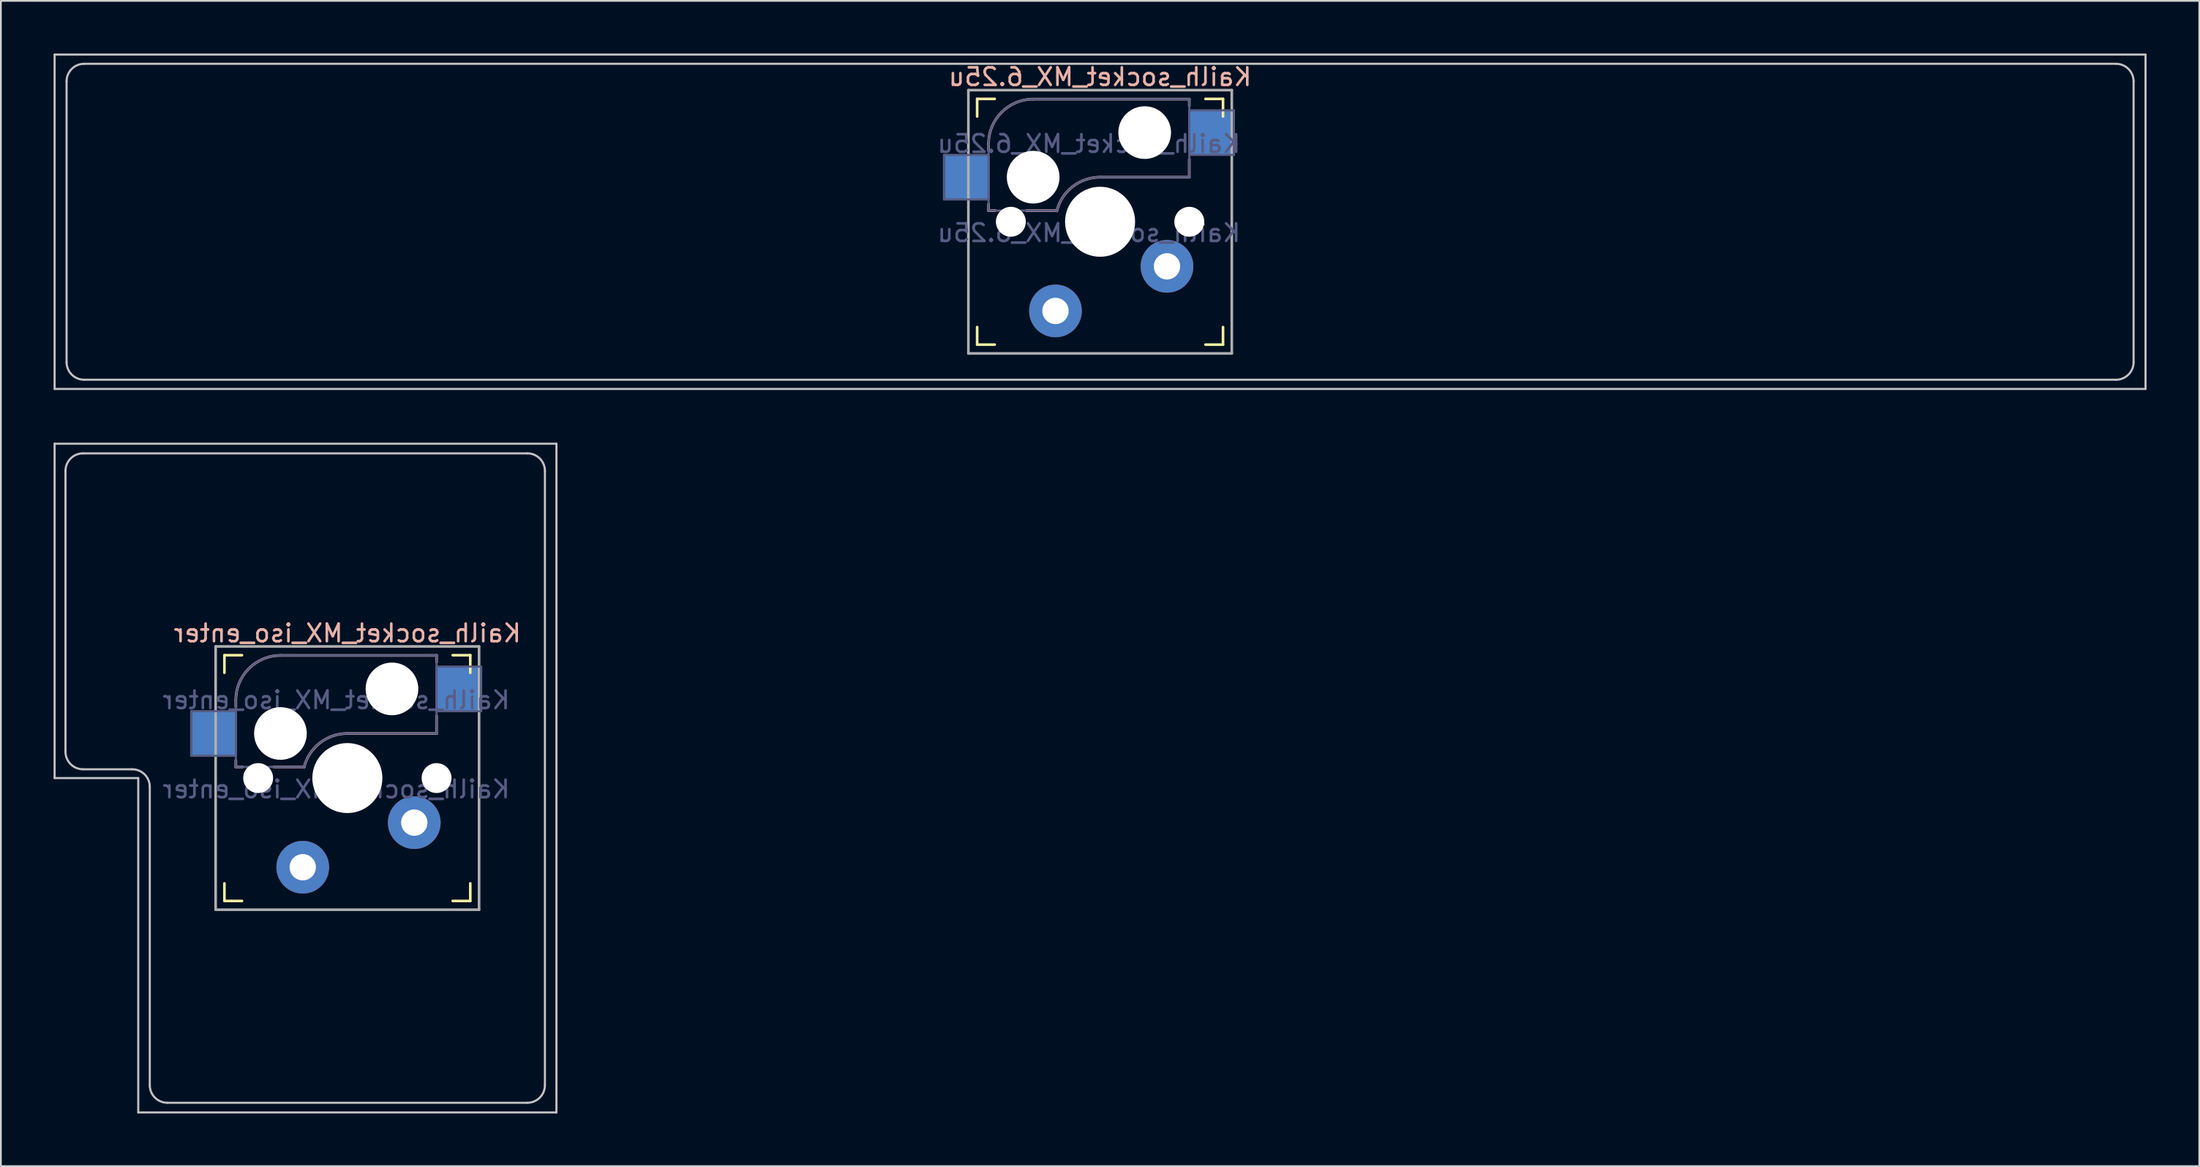
<source format=kicad_pcb>
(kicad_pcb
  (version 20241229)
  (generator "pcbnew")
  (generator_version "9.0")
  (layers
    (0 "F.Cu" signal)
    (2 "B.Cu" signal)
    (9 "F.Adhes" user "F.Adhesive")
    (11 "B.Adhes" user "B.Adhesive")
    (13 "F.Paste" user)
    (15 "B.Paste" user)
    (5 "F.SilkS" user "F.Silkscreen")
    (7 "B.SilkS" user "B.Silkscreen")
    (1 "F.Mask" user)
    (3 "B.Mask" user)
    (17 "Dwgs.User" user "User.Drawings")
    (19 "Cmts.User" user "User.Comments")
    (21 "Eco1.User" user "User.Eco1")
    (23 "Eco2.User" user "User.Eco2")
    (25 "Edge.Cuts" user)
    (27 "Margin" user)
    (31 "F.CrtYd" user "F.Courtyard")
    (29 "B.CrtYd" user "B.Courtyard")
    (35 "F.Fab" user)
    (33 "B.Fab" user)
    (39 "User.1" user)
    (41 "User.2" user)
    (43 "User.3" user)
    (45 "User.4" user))
  (footprint "Kailh_socket_MX_iso_enter"
    (layer "F.Cu")
    (at 16.729 41.28)
    (property "Reference" "Kailh_socket_MX_iso_enter" (at 0 -8.255 0) (layer "B.SilkS") (effects (font (size 1 1) (thickness 0.15)) (justify mirror)))
    (property "Value" "Kailh_socket_MX_iso_enter" (at 0 8.255 0) (layer "F.Fab") (hide yes) (effects (font (size 1 1) (thickness 0.15))))
    (attr smd)
    (fp_line (start -7 -6) (end -7 -7) (stroke (width 0.15) (type solid)) (layer "F.SilkS"))
    (fp_line (start -7 7) (end -7 6) (stroke (width 0.15) (type solid)) (layer "F.SilkS"))
    (fp_line (start -7 7) (end -6 7) (stroke (width 0.15) (type solid)) (layer "F.SilkS"))
    (fp_line (start -6 -7) (end -7 -7) (stroke (width 0.15) (type solid)) (layer "F.SilkS"))
    (fp_line (start 6 7) (end 7 7) (stroke (width 0.15) (type solid)) (layer "F.SilkS"))
    (fp_line (start 7 -7) (end 6 -7) (stroke (width 0.15) (type solid)) (layer "F.SilkS"))
    (fp_line (start 7 -7) (end 7 -6) (stroke (width 0.15) (type solid)) (layer "F.SilkS"))
    (fp_line (start 7 6) (end 7 7) (stroke (width 0.15) (type solid)) (layer "F.SilkS"))
    (fp_line (start -6.35 -4.445) (end -6.35 -4.064) (stroke (width 0.15) (type solid)) (layer "B.SilkS"))
    (fp_line (start -6.35 -1.016) (end -6.35 -0.635) (stroke (width 0.15) (type solid)) (layer "B.SilkS"))
    (fp_line (start -5.969 -0.635) (end -6.35 -0.635) (stroke (width 0.15) (type solid)) (layer "B.SilkS"))
    (fp_line (start -3.81 -6.985) (end 5.08 -6.985) (stroke (width 0.15) (type solid)) (layer "B.SilkS"))
    (fp_line (start -2.464 -0.635) (end -4.191 -0.635) (stroke (width 0.15) (type solid)) (layer "B.SilkS"))
    (fp_line (start 5.08 -6.985) (end 5.08 -6.604) (stroke (width 0.15) (type solid)) (layer "B.SilkS"))
    (fp_line (start 5.08 -3.556) (end 5.08 -2.54) (stroke (width 0.15) (type solid)) (layer "B.SilkS"))
    (fp_line (start 5.08 -2.54) (end 0 -2.54) (stroke (width 0.15) (type solid)) (layer "B.SilkS"))
    (fp_arc (start -6.35 -4.445) (mid -5.606051 -6.241051) (end -3.81 -6.985) (stroke (width 0.15) (type solid)) (layer "B.SilkS"))
    (fp_arc (start -2.464162 -0.61604) (mid -1.563147 -2.002042) (end 0 -2.54) (stroke (width 0.15) (type solid)) (layer "B.SilkS"))
    (fp_line (start -16.669 -19.05) (end 11.906 -19.05) (stroke (width 0.12) (type solid)) (layer "Dwgs.User"))
    (fp_line (start -16.669 0) (end -16.669 -19.05) (stroke (width 0.12) (type solid)) (layer "Dwgs.User"))
    (fp_line (start -16.669 0) (end -11.906 0) (stroke (width 0.12) (type solid)) (layer "Dwgs.User"))
    (fp_line (start -16.05 -1.5) (end -16.05 -17.5) (stroke (width 0.12) (type solid)) (layer "Dwgs.User"))
    (fp_line (start -15.05 -18.5) (end 10.25 -18.5) (stroke (width 0.12) (type solid)) (layer "Dwgs.User"))
    (fp_line (start -15.05 -0.5) (end -12.25 -0.5) (stroke (width 0.12) (type solid)) (layer "Dwgs.User"))
    (fp_line (start -11.906 19.05) (end -11.906 0) (stroke (width 0.12) (type solid)) (layer "Dwgs.User"))
    (fp_line (start -11.25 17.5) (end -11.25 0.5) (stroke (width 0.12) (type solid)) (layer "Dwgs.User"))
    (fp_line (start -10.25 18.5) (end 10.25 18.5) (stroke (width 0.12) (type solid)) (layer "Dwgs.User"))
    (fp_line (start 11.25 17.5) (end 11.25 -17.5) (stroke (width 0.12) (type solid)) (layer "Dwgs.User"))
    (fp_line (start 11.906 -19.05) (end 11.906 19.05) (stroke (width 0.12) (type solid)) (layer "Dwgs.User"))
    (fp_line (start 11.906 19.05) (end -11.906 19.05) (stroke (width 0.12) (type solid)) (layer "Dwgs.User"))
    (fp_arc (start -16.05 -17.5) (mid -15.757107 -18.207107) (end -15.05 -18.5) (stroke (width 0.12) (type solid)) (layer "Dwgs.User"))
    (fp_arc (start -15.05 -0.5) (mid -15.757107 -0.792893) (end -16.05 -1.5) (stroke (width 0.12) (type solid)) (layer "Dwgs.User"))
    (fp_arc (start -12.25 -0.5) (mid -11.542893 -0.207107) (end -11.25 0.5) (stroke (width 0.12) (type solid)) (layer "Dwgs.User"))
    (fp_arc (start -10.25 18.5) (mid -10.957107 18.207107) (end -11.25 17.5) (stroke (width 0.12) (type solid)) (layer "Dwgs.User"))
    (fp_arc (start 10.25 -18.5) (mid 10.957107 -18.207107) (end 11.25 -17.5) (stroke (width 0.12) (type solid)) (layer "Dwgs.User"))
    (fp_arc (start 11.25 17.5) (mid 10.957107 18.207107) (end 10.25 18.5) (stroke (width 0.12) (type solid)) (layer "Dwgs.User"))
    (fp_line (start -6.9 6.9) (end -6.9 -6.9) (stroke (width 0.15) (type solid)) (layer "Eco2.User"))
    (fp_line (start -6.9 6.9) (end 6.9 6.9) (stroke (width 0.15) (type solid)) (layer "Eco2.User"))
    (fp_line (start 6.9 -6.9) (end -6.9 -6.9) (stroke (width 0.15) (type solid)) (layer "Eco2.User"))
    (fp_line (start 6.9 -6.9) (end 6.9 6.9) (stroke (width 0.15) (type solid)) (layer "Eco2.User"))
    (fp_line (start -8.89 -3.81) (end -6.35 -3.81) (stroke (width 0.12) (type solid)) (layer "B.Fab"))
    (fp_line (start -8.89 -1.27) (end -8.89 -3.81) (stroke (width 0.12) (type solid)) (layer "B.Fab"))
    (fp_line (start -6.35 -1.27) (end -8.89 -1.27) (stroke (width 0.12) (type solid)) (layer "B.Fab"))
    (fp_line (start -6.35 -0.635) (end -6.35 -4.445) (stroke (width 0.12) (type solid)) (layer "B.Fab"))
    (fp_line (start -6.35 -0.635) (end -2.54 -0.635) (stroke (width 0.12) (type solid)) (layer "B.Fab"))
    (fp_line (start -3.81 -6.985) (end 5.08 -6.985) (stroke (width 0.12) (type solid)) (layer "B.Fab"))
    (fp_line (start 5.08 -6.985) (end 5.08 -2.54) (stroke (width 0.12) (type solid)) (layer "B.Fab"))
    (fp_line (start 5.08 -6.35) (end 7.62 -6.35) (stroke (width 0.12) (type solid)) (layer "B.Fab"))
    (fp_line (start 5.08 -2.54) (end 0 -2.54) (stroke (width 0.12) (type solid)) (layer "B.Fab"))
    (fp_line (start 7.62 -6.35) (end 7.62 -3.81) (stroke (width 0.12) (type solid)) (layer "B.Fab"))
    (fp_line (start 7.62 -3.81) (end 5.08 -3.81) (stroke (width 0.12) (type solid)) (layer "B.Fab"))
    (fp_arc (start -6.35 -4.445) (mid -5.606051 -6.241051) (end -3.81 -6.985) (stroke (width 0.12) (type solid)) (layer "B.Fab"))
    (fp_arc (start -2.464162 -0.61604) (mid -1.563147 -2.002042) (end 0 -2.54) (stroke (width 0.12) (type solid)) (layer "B.Fab"))
    (fp_line (start -7.5 -7.5) (end 7.5 -7.5) (stroke (width 0.15) (type solid)) (layer "F.Fab"))
    (fp_line (start -7.5 7.5) (end -7.5 -7.5) (stroke (width 0.15) (type solid)) (layer "F.Fab"))
    (fp_line (start 7.5 -7.5) (end 7.5 7.5) (stroke (width 0.15) (type solid)) (layer "F.Fab"))
    (fp_line (start 7.5 7.5) (end -7.5 7.5) (stroke (width 0.15) (type solid)) (layer "F.Fab"))
    (fp_text user "${VALUE}" (at -0.635 0.635 0) (layer "B.Fab") (effects (font (size 1 1) (thickness 0.15)) (justify mirror)))
    (fp_text user "${REFERENCE}" (at -0.635 -4.445 0) (layer "B.Fab") (effects (font (size 1 1) (thickness 0.15)) (justify mirror)))
    (pad "" np_thru_hole circle (at -5.08 0) (size 1.702 1.702) (drill 1.702) (layers "*.Cu" "*.Mask"))
    (pad "" np_thru_hole circle (at -3.81 -2.54) (size 3 3) (drill 3) (layers "*.Cu" "*.Mask"))
    (pad "" np_thru_hole circle (at 0 0) (size 3.988 3.988) (drill 3.988) (layers "*.Cu" "*.Mask"))
    (pad "" np_thru_hole circle (at 2.54 -5.08) (size 3 3) (drill 3) (layers "*.Cu" "*.Mask"))
    (pad "" np_thru_hole circle (at 5.08 0) (size 1.702 1.702) (drill 1.702) (layers "*.Cu" "*.Mask"))
    (pad "1" thru_hole circle (at 3.81 2.54) (size 3 3) (drill 1.499) (layers "*.Cu" "*.Mask"))
    (pad "1" smd rect (at 6.29 -5.08) (size 2.55 2.5) (layers "B.Cu" "B.Mask" "B.Paste"))
    (pad "2" smd rect (at -7.56 -2.54) (size 2.55 2.5) (layers "B.Cu" "B.Mask" "B.Paste"))
    (pad "2" thru_hole circle (at -2.54 5.08) (size 3 3) (drill 1.499) (layers "*.Cu" "*.Mask")))
  (footprint "Kailh_socket_MX_6.25u"
    (layer "F.Cu")
    (at 59.591 9.585)
    (property "Reference" "Kailh_socket_MX_6.25u" (at 0 -8.255 0) (layer "B.SilkS") (effects (font (size 1 1) (thickness 0.15)) (justify mirror)))
    (property "Value" "Kailh_socket_MX_6.25u" (at 0 8.255 0) (layer "F.Fab") (hide yes) (effects (font (size 1 1) (thickness 0.15))))
    (attr smd)
    (fp_line (start -7 -6) (end -7 -7) (stroke (width 0.15) (type solid)) (layer "F.SilkS"))
    (fp_line (start -7 7) (end -7 6) (stroke (width 0.15) (type solid)) (layer "F.SilkS"))
    (fp_line (start -7 7) (end -6 7) (stroke (width 0.15) (type solid)) (layer "F.SilkS"))
    (fp_line (start -6 -7) (end -7 -7) (stroke (width 0.15) (type solid)) (layer "F.SilkS"))
    (fp_line (start 6 7) (end 7 7) (stroke (width 0.15) (type solid)) (layer "F.SilkS"))
    (fp_line (start 7 -7) (end 6 -7) (stroke (width 0.15) (type solid)) (layer "F.SilkS"))
    (fp_line (start 7 -7) (end 7 -6) (stroke (width 0.15) (type solid)) (layer "F.SilkS"))
    (fp_line (start 7 6) (end 7 7) (stroke (width 0.15) (type solid)) (layer "F.SilkS"))
    (fp_line (start -6.35 -4.445) (end -6.35 -4.064) (stroke (width 0.15) (type solid)) (layer "B.SilkS"))
    (fp_line (start -6.35 -1.016) (end -6.35 -0.635) (stroke (width 0.15) (type solid)) (layer "B.SilkS"))
    (fp_line (start -5.969 -0.635) (end -6.35 -0.635) (stroke (width 0.15) (type solid)) (layer "B.SilkS"))
    (fp_line (start -3.81 -6.985) (end 5.08 -6.985) (stroke (width 0.15) (type solid)) (layer "B.SilkS"))
    (fp_line (start -2.464 -0.635) (end -4.191 -0.635) (stroke (width 0.15) (type solid)) (layer "B.SilkS"))
    (fp_line (start 5.08 -6.985) (end 5.08 -6.604) (stroke (width 0.15) (type solid)) (layer "B.SilkS"))
    (fp_line (start 5.08 -3.556) (end 5.08 -2.54) (stroke (width 0.15) (type solid)) (layer "B.SilkS"))
    (fp_line (start 5.08 -2.54) (end 0 -2.54) (stroke (width 0.15) (type solid)) (layer "B.SilkS"))
    (fp_arc (start -6.35 -4.445) (mid -5.606051 -6.241051) (end -3.81 -6.985) (stroke (width 0.15) (type solid)) (layer "B.SilkS"))
    (fp_arc (start -2.464162 -0.61604) (mid -1.563147 -2.002042) (end 0 -2.54) (stroke (width 0.15) (type solid)) (layer "B.SilkS"))
    (fp_line (start -59.531 -9.525) (end 59.531 -9.525) (stroke (width 0.12) (type solid)) (layer "Dwgs.User"))
    (fp_line (start -59.531 9.525) (end -59.531 -9.525) (stroke (width 0.12) (type solid)) (layer "Dwgs.User"))
    (fp_line (start -58.85 8) (end -58.85 -8) (stroke (width 0.12) (type solid)) (layer "Dwgs.User"))
    (fp_line (start -57.85 -9) (end 57.85 -9) (stroke (width 0.12) (type solid)) (layer "Dwgs.User"))
    (fp_line (start -57.85 9) (end 57.85 9) (stroke (width 0.12) (type solid)) (layer "Dwgs.User"))
    (fp_line (start 58.85 8) (end 58.85 -8) (stroke (width 0.12) (type solid)) (layer "Dwgs.User"))
    (fp_line (start 59.531 -9.525) (end 59.531 9.525) (stroke (width 0.12) (type solid)) (layer "Dwgs.User"))
    (fp_line (start 59.531 9.525) (end -59.531 9.525) (stroke (width 0.12) (type solid)) (layer "Dwgs.User"))
    (fp_arc (start -58.85 -8) (mid -58.557107 -8.707107) (end -57.85 -9) (stroke (width 0.12) (type solid)) (layer "Dwgs.User"))
    (fp_arc (start -57.85 9) (mid -58.557107 8.707107) (end -58.85 8) (stroke (width 0.12) (type solid)) (layer "Dwgs.User"))
    (fp_arc (start 57.85 -9) (mid 58.557107 -8.707107) (end 58.85 -8) (stroke (width 0.12) (type solid)) (layer "Dwgs.User"))
    (fp_arc (start 58.85 8) (mid 58.557107 8.707107) (end 57.85 9) (stroke (width 0.12) (type solid)) (layer "Dwgs.User"))
    (fp_line (start -6.9 6.9) (end -6.9 -6.9) (stroke (width 0.15) (type solid)) (layer "Eco2.User"))
    (fp_line (start -6.9 6.9) (end 6.9 6.9) (stroke (width 0.15) (type solid)) (layer "Eco2.User"))
    (fp_line (start 6.9 -6.9) (end -6.9 -6.9) (stroke (width 0.15) (type solid)) (layer "Eco2.User"))
    (fp_line (start 6.9 -6.9) (end 6.9 6.9) (stroke (width 0.15) (type solid)) (layer "Eco2.User"))
    (fp_line (start -8.89 -3.81) (end -6.35 -3.81) (stroke (width 0.12) (type solid)) (layer "B.Fab"))
    (fp_line (start -8.89 -1.27) (end -8.89 -3.81) (stroke (width 0.12) (type solid)) (layer "B.Fab"))
    (fp_line (start -6.35 -1.27) (end -8.89 -1.27) (stroke (width 0.12) (type solid)) (layer "B.Fab"))
    (fp_line (start -6.35 -0.635) (end -6.35 -4.445) (stroke (width 0.12) (type solid)) (layer "B.Fab"))
    (fp_line (start -6.35 -0.635) (end -2.54 -0.635) (stroke (width 0.12) (type solid)) (layer "B.Fab"))
    (fp_line (start -3.81 -6.985) (end 5.08 -6.985) (stroke (width 0.12) (type solid)) (layer "B.Fab"))
    (fp_line (start 5.08 -6.985) (end 5.08 -2.54) (stroke (width 0.12) (type solid)) (layer "B.Fab"))
    (fp_line (start 5.08 -6.35) (end 7.62 -6.35) (stroke (width 0.12) (type solid)) (layer "B.Fab"))
    (fp_line (start 5.08 -2.54) (end 0 -2.54) (stroke (width 0.12) (type solid)) (layer "B.Fab"))
    (fp_line (start 7.62 -6.35) (end 7.62 -3.81) (stroke (width 0.12) (type solid)) (layer "B.Fab"))
    (fp_line (start 7.62 -3.81) (end 5.08 -3.81) (stroke (width 0.12) (type solid)) (layer "B.Fab"))
    (fp_arc (start -6.35 -4.445) (mid -5.606051 -6.241051) (end -3.81 -6.985) (stroke (width 0.12) (type solid)) (layer "B.Fab"))
    (fp_arc (start -2.464162 -0.61604) (mid -1.563147 -2.002042) (end 0 -2.54) (stroke (width 0.12) (type solid)) (layer "B.Fab"))
    (fp_line (start -7.5 -7.5) (end 7.5 -7.5) (stroke (width 0.15) (type solid)) (layer "F.Fab"))
    (fp_line (start -7.5 7.5) (end -7.5 -7.5) (stroke (width 0.15) (type solid)) (layer "F.Fab"))
    (fp_line (start 7.5 -7.5) (end 7.5 7.5) (stroke (width 0.15) (type solid)) (layer "F.Fab"))
    (fp_line (start 7.5 7.5) (end -7.5 7.5) (stroke (width 0.15) (type solid)) (layer "F.Fab"))
    (fp_text user "${REFERENCE}" (at -0.635 -4.445 0) (layer "B.Fab") (effects (font (size 1 1) (thickness 0.15)) (justify mirror)))
    (fp_text user "${VALUE}" (at -0.635 0.635 0) (layer "B.Fab") (effects (font (size 1 1) (thickness 0.15)) (justify mirror)))
    (pad "" np_thru_hole circle (at -5.08 0) (size 1.702 1.702) (drill 1.702) (layers "*.Cu" "*.Mask"))
    (pad "" np_thru_hole circle (at -3.81 -2.54) (size 3 3) (drill 3) (layers "*.Cu" "*.Mask"))
    (pad "" np_thru_hole circle (at 0 0) (size 3.988 3.988) (drill 3.988) (layers "*.Cu" "*.Mask"))
    (pad "" np_thru_hole circle (at 2.54 -5.08) (size 3 3) (drill 3) (layers "*.Cu" "*.Mask"))
    (pad "" np_thru_hole circle (at 5.08 0) (size 1.702 1.702) (drill 1.702) (layers "*.Cu" "*.Mask"))
    (pad "1" thru_hole circle (at 3.81 2.54) (size 3 3) (drill 1.499) (layers "*.Cu" "*.Mask"))
    (pad "1" smd rect (at 6.29 -5.08) (size 2.55 2.5) (layers "B.Cu" "B.Mask" "B.Paste"))
    (pad "2" smd rect (at -7.56 -2.54) (size 2.55 2.5) (layers "B.Cu" "B.Mask" "B.Paste"))
    (pad "2" thru_hole circle (at -2.54 5.08) (size 3 3) (drill 1.499) (layers "*.Cu" "*.Mask")))
  (gr_rect
    (start -3 -3)
    (end 122.183 63.39)
    (stroke (width 0.1) (type default))
    (fill no)
    (layer "Edge.Cuts")))
</source>
